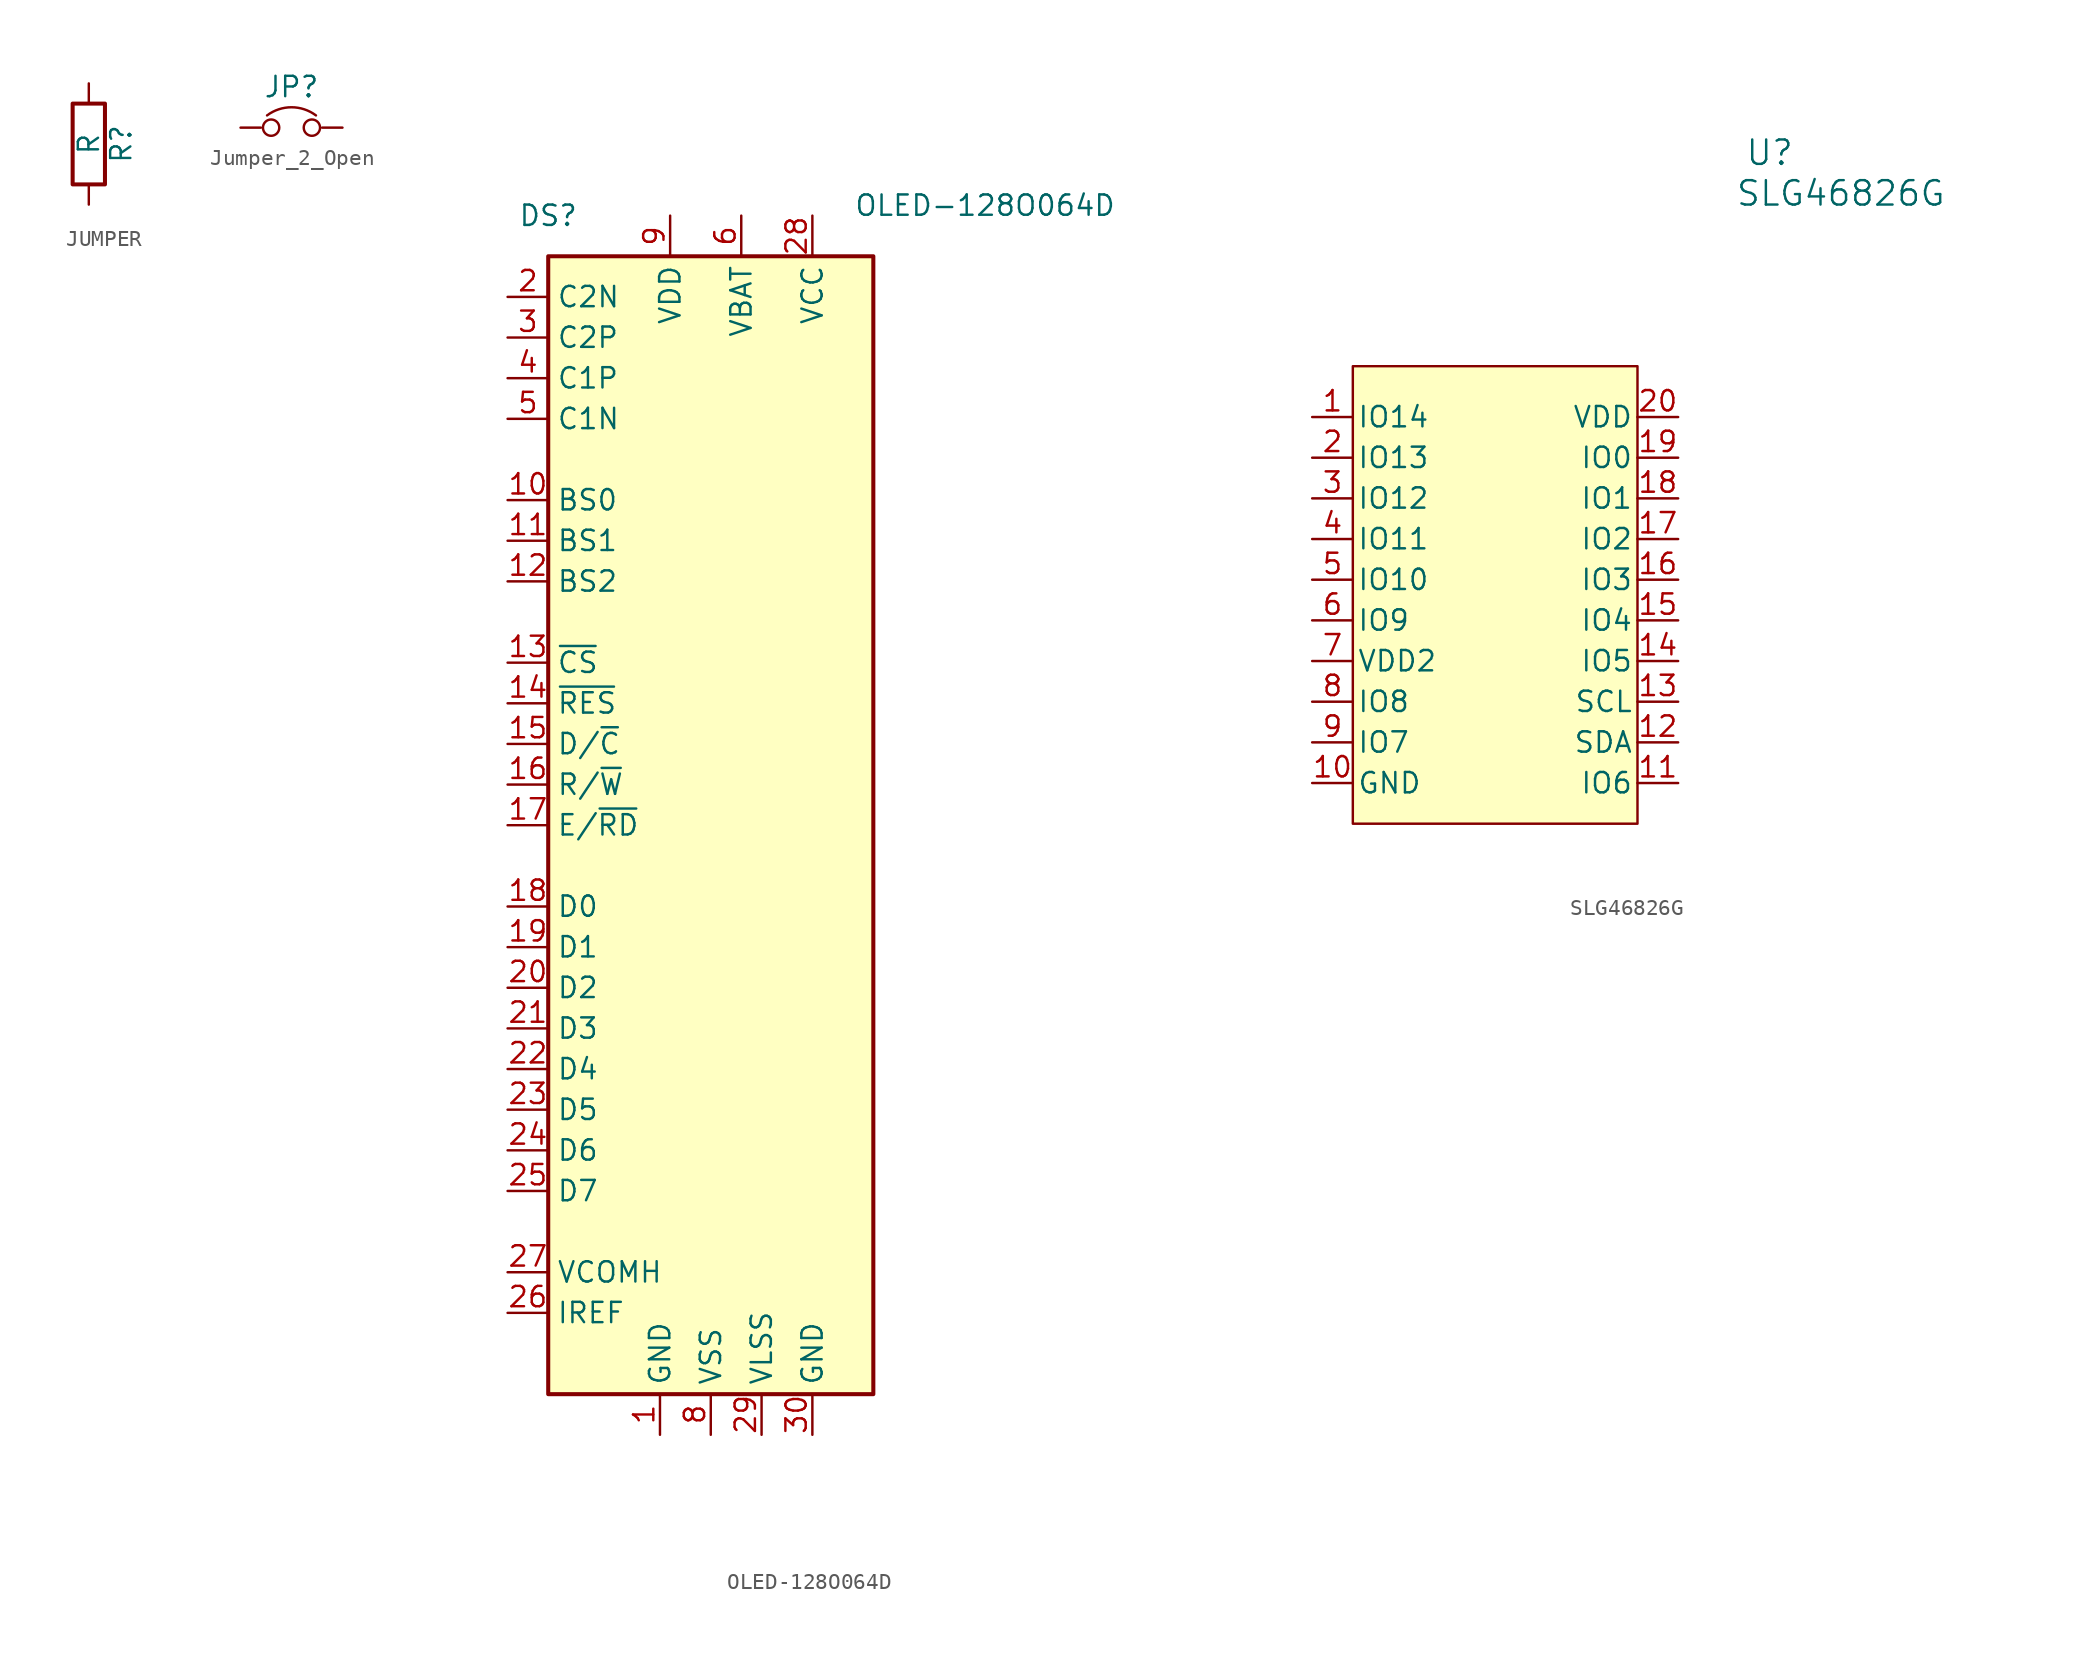
<source format=kicad_sym>
(kicad_symbol_lib
  (version 20220914)
  (generator kicad_symbol_editor)
  (symbol "JUMPER"
    (pin_numbers hide)
    (pin_names
      (offset 0))
    (property "Reference" "R"
      (at 2.032 0 90)
      (effects (font (size 1.27 1.27))))
    (property "Value" "R"
      (at 0 0 90)
      (effects (font (size 1.27 1.27))))
    (symbol "JUMPER_0_1"
      (rectangle (start -1.016 -2.54) (end 1.016 2.54) (stroke (width 0.254) (type default)) (fill (type none))))
    (symbol "JUMPER_1_1"
      (pin passive line (at 0 3.81 270) (length 1.27) (name "~" (effects (font (size 1.27 1.27)))) (number "1" (effects (font (size 1.27 1.27)))))
      (pin passive line (at 0 -3.81 90) (length 1.27) (name "~" (effects (font (size 1.27 1.27)))) (number "2" (effects (font (size 1.27 1.27)))))))
  (symbol "Jumper_2_Open"
    (pin_numbers hide)
    (pin_names
      (offset 0) hide)
    (property "Reference" "JP"
      (at 0 2.54 0)
      (effects (font (size 1.27 1.27))))
    (symbol "Jumper_2_Open_0_0"
      (circle (center -1.27 0) (radius 0.508) (stroke (width 0) (type default)) (fill (type none)))
      (circle (center 1.27 0) (radius 0.508) (stroke (width 0) (type default)) (fill (type none))))
    (symbol "Jumper_2_Open_0_1"
      (arc (start 1.524 0.762) (mid 0 1.27) (end -1.524 0.762) (stroke (width 0) (type default)) (fill (type none))))
    (symbol "Jumper_2_Open_1_1"
      (pin passive line (at -3.175 0 0) (length 1.27) (name "A" (effects (font (size 1.27 1.27)))) (number "1~" (effects (font (size 1.27 1.27)))))
      (pin passive line (at 3.175 0 180) (length 1.27) (name "~" (effects (font (size 1.27 1.27)))) (number "2" (effects (font (size 1.27 1.27)))))))
  (symbol "OLED-128O064D"
    (property "Reference" "DS"
      (at -10.16 38.1 0)
      (effects (font (size 1.27 1.27))))
    (property "Value" "OLED-128O064D"
      (at 17.145 38.735 0)
      (effects (font (size 1.27 1.27))))
    (symbol "OLED-128O064D_0_1"
      (rectangle (start -10.16 35.56) (end 10.16 -35.56) (stroke (width 0.254) (type default)) (fill (type background))))
    (symbol "OLED-128O064D_1_1"
      (pin power_in line (at -3.175 -38.1 90) (length 2.54) (name "GND" (effects (font (size 1.27 1.27)))) (number "1" (effects (font (size 1.27 1.27)))))
      (pin input line (at -12.7 20.32 0) (length 2.54) (name "BS0" (effects (font (size 1.27 1.27)))) (number "10" (effects (font (size 1.27 1.27)))))
      (pin input line (at -12.7 17.78 0) (length 2.54) (name "BS1" (effects (font (size 1.27 1.27)))) (number "11" (effects (font (size 1.27 1.27)))))
      (pin input line (at -12.7 15.24 0) (length 2.54) (name "BS2" (effects (font (size 1.27 1.27)))) (number "12" (effects (font (size 1.27 1.27)))))
      (pin input line (at -12.7 10.16 0) (length 2.54) (name "~{CS}" (effects (font (size 1.27 1.27)))) (number "13" (effects (font (size 1.27 1.27)))))
      (pin input line (at -12.7 7.62 0) (length 2.54) (name "~{RES}" (effects (font (size 1.27 1.27)))) (number "14" (effects (font (size 1.27 1.27)))))
      (pin input line (at -12.7 5.08 0) (length 2.54) (name "D/~{C}" (effects (font (size 1.27 1.27)))) (number "15" (effects (font (size 1.27 1.27)))))
      (pin input line (at -12.7 2.54 0) (length 2.54) (name "R/~{W}" (effects (font (size 1.27 1.27)))) (number "16" (effects (font (size 1.27 1.27)))))
      (pin input line (at -12.7 0 0) (length 2.54) (name "E/~{RD}" (effects (font (size 1.27 1.27)))) (number "17" (effects (font (size 1.27 1.27)))))
      (pin bidirectional line (at -12.7 -5.08 0) (length 2.54) (name "D0" (effects (font (size 1.27 1.27)))) (number "18" (effects (font (size 1.27 1.27)))))
      (pin bidirectional line (at -12.7 -7.62 0) (length 2.54) (name "D1" (effects (font (size 1.27 1.27)))) (number "19" (effects (font (size 1.27 1.27)))))
      (pin passive line (at -12.7 33.02 0) (length 2.54) (name "C2N" (effects (font (size 1.27 1.27)))) (number "2" (effects (font (size 1.27 1.27)))))
      (pin bidirectional line (at -12.7 -10.16 0) (length 2.54) (name "D2" (effects (font (size 1.27 1.27)))) (number "20" (effects (font (size 1.27 1.27)))))
      (pin bidirectional line (at -12.7 -12.7 0) (length 2.54) (name "D3" (effects (font (size 1.27 1.27)))) (number "21" (effects (font (size 1.27 1.27)))))
      (pin bidirectional line (at -12.7 -15.24 0) (length 2.54) (name "D4" (effects (font (size 1.27 1.27)))) (number "22" (effects (font (size 1.27 1.27)))))
      (pin bidirectional line (at -12.7 -17.78 0) (length 2.54) (name "D5" (effects (font (size 1.27 1.27)))) (number "23" (effects (font (size 1.27 1.27)))))
      (pin bidirectional line (at -12.7 -20.32 0) (length 2.54) (name "D6" (effects (font (size 1.27 1.27)))) (number "24" (effects (font (size 1.27 1.27)))))
      (pin bidirectional line (at -12.7 -22.86 0) (length 2.54) (name "D7" (effects (font (size 1.27 1.27)))) (number "25" (effects (font (size 1.27 1.27)))))
      (pin passive line (at -12.7 -30.48 0) (length 2.54) (name "IREF" (effects (font (size 1.27 1.27)))) (number "26" (effects (font (size 1.27 1.27)))))
      (pin passive line (at -12.7 -27.94 0) (length 2.54) (name "VCOMH" (effects (font (size 1.27 1.27)))) (number "27" (effects (font (size 1.27 1.27)))))
      (pin power_in line (at 6.35 38.1 270) (length 2.54) (name "VCC" (effects (font (size 1.27 1.27)))) (number "28" (effects (font (size 1.27 1.27)))))
      (pin power_in line (at 3.175 -38.1 90) (length 2.54) (name "VLSS" (effects (font (size 1.27 1.27)))) (number "29" (effects (font (size 1.27 1.27)))))
      (pin passive line (at -12.7 30.48 0) (length 2.54) (name "C2P" (effects (font (size 1.27 1.27)))) (number "3" (effects (font (size 1.27 1.27)))))
      (pin passive line (at 6.35 -38.1 90) (length 2.54) (name "GND" (effects (font (size 1.27 1.27)))) (number "30" (effects (font (size 1.27 1.27)))))
      (pin passive line (at -12.7 27.94 0) (length 2.54) (name "C1P" (effects (font (size 1.27 1.27)))) (number "4" (effects (font (size 1.27 1.27)))))
      (pin passive line (at -12.7 25.4 0) (length 2.54) (name "C1N" (effects (font (size 1.27 1.27)))) (number "5" (effects (font (size 1.27 1.27)))))
      (pin power_in line (at 1.905 38.1 270) (length 2.54) (name "VBAT" (effects (font (size 1.27 1.27)))) (number "6" (effects (font (size 1.27 1.27)))))
      (pin no_connect line (at 10.16 0 180) (length 2.54) hide (name "NC" (effects (font (size 1.27 1.27)))) (number "7" (effects (font (size 1.27 1.27)))))
      (pin power_in line (at 0 -38.1 90) (length 2.54) (name "VSS" (effects (font (size 1.27 1.27)))) (number "8" (effects (font (size 1.27 1.27)))))
      (pin power_in line (at -2.54 38.1 270) (length 2.54) (name "VDD" (effects (font (size 1.27 1.27)))) (number "9" (effects (font (size 1.27 1.27)))))))
  (symbol "SLG46826G"
    (pin_names
      (offset 0.254))
    (property "Reference" "U"
      (at 33.655 16.51 0)
      (effects (font (size 1.524 1.524))))
    (property "Value" "SLG46826G"
      (at 38.1 13.97 0)
      (effects (font (size 1.524 1.524))))
    (symbol "SLG46826G_1_1"
      (rectangle (start 7.62 3.175) (end 25.4 -25.4) (stroke (width 0) (type default)) (fill (type background)))
      (pin bidirectional line (at 5.08 0 0) (length 2.54) (name "IO14" (effects (font (size 1.27 1.27)))) (number "1" (effects (font (size 1.27 1.27)))))
      (pin power_out line (at 5.08 -22.86 0) (length 2.54) (name "GND" (effects (font (size 1.27 1.27)))) (number "10" (effects (font (size 1.27 1.27)))))
      (pin bidirectional line (at 27.94 -22.86 180) (length 2.54) (name "IO6" (effects (font (size 1.27 1.27)))) (number "11" (effects (font (size 1.27 1.27)))))
      (pin bidirectional line (at 27.94 -20.32 180) (length 2.54) (name "SDA" (effects (font (size 1.27 1.27)))) (number "12" (effects (font (size 1.27 1.27)))))
      (pin input line (at 27.94 -17.78 180) (length 2.54) (name "SCL" (effects (font (size 1.27 1.27)))) (number "13" (effects (font (size 1.27 1.27)))))
      (pin bidirectional line (at 27.94 -15.24 180) (length 2.54) (name "IO5" (effects (font (size 1.27 1.27)))) (number "14" (effects (font (size 1.27 1.27)))))
      (pin bidirectional line (at 27.94 -12.7 180) (length 2.54) (name "IO4" (effects (font (size 1.27 1.27)))) (number "15" (effects (font (size 1.27 1.27)))))
      (pin bidirectional line (at 27.94 -10.16 180) (length 2.54) (name "IO3" (effects (font (size 1.27 1.27)))) (number "16" (effects (font (size 1.27 1.27)))))
      (pin bidirectional line (at 27.94 -7.62 180) (length 2.54) (name "IO2" (effects (font (size 1.27 1.27)))) (number "17" (effects (font (size 1.27 1.27)))))
      (pin bidirectional line (at 27.94 -5.08 180) (length 2.54) (name "IO1" (effects (font (size 1.27 1.27)))) (number "18" (effects (font (size 1.27 1.27)))))
      (pin bidirectional line (at 27.94 -2.54 180) (length 2.54) (name "IO0" (effects (font (size 1.27 1.27)))) (number "19" (effects (font (size 1.27 1.27)))))
      (pin bidirectional line (at 5.08 -2.54 0) (length 2.54) (name "IO13" (effects (font (size 1.27 1.27)))) (number "2" (effects (font (size 1.27 1.27)))))
      (pin power_in line (at 27.94 0 180) (length 2.54) (name "VDD" (effects (font (size 1.27 1.27)))) (number "20" (effects (font (size 1.27 1.27)))))
      (pin bidirectional line (at 5.08 -5.08 0) (length 2.54) (name "IO12" (effects (font (size 1.27 1.27)))) (number "3" (effects (font (size 1.27 1.27)))))
      (pin bidirectional line (at 5.08 -7.62 0) (length 2.54) (name "IO11" (effects (font (size 1.27 1.27)))) (number "4" (effects (font (size 1.27 1.27)))))
      (pin bidirectional line (at 5.08 -10.16 0) (length 2.54) (name "IO10" (effects (font (size 1.27 1.27)))) (number "5" (effects (font (size 1.27 1.27)))))
      (pin bidirectional line (at 5.08 -12.7 0) (length 2.54) (name "IO9" (effects (font (size 1.27 1.27)))) (number "6" (effects (font (size 1.27 1.27)))))
      (pin power_in line (at 5.08 -15.24 0) (length 2.54) (name "VDD2" (effects (font (size 1.27 1.27)))) (number "7" (effects (font (size 1.27 1.27)))))
      (pin bidirectional line (at 5.08 -17.78 0) (length 2.54) (name "IO8" (effects (font (size 1.27 1.27)))) (number "8" (effects (font (size 1.27 1.27)))))
      (pin bidirectional line (at 5.08 -20.32 0) (length 2.54) (name "IO7" (effects (font (size 1.27 1.27)))) (number "9" (effects (font (size 1.27 1.27))))))))
</source>
